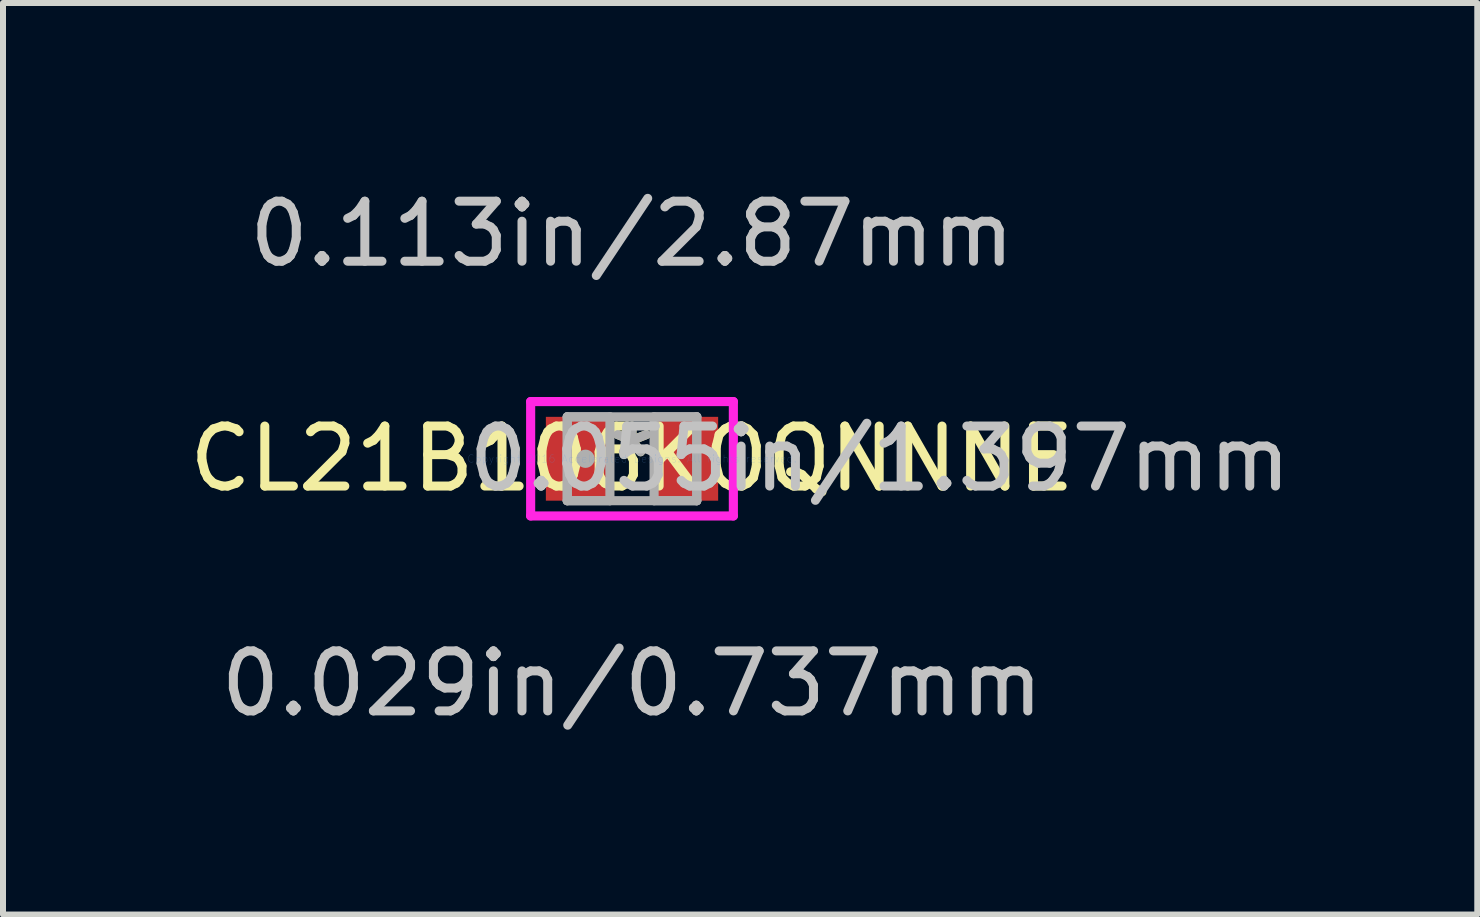
<source format=kicad_pcb>
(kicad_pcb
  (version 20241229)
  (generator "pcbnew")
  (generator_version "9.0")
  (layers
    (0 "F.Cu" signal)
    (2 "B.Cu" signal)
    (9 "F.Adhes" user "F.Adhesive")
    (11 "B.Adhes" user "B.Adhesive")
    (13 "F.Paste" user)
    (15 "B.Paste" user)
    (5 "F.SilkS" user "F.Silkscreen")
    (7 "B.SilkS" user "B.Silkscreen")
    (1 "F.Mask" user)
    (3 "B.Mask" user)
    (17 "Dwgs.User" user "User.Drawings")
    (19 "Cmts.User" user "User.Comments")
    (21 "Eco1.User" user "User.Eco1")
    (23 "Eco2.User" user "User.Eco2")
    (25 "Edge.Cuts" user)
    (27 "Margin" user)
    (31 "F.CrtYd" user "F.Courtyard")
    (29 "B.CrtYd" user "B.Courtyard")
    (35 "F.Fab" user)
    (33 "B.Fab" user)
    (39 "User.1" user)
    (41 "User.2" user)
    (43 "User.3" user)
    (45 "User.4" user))
  (footprint "CL21B106KOQNNNE"
    (layer "F.Cu")
    (at 7.482 4.595)
    (property "Reference" "CL21B106KOQNNNE" (at 0 0 0) (layer "F.SilkS") (effects (font (size 1 1) (thickness 0.15))))
    (attr through_hole)
    (fp_line (start -1.689 -0.953) (end 1.689 -0.953) (stroke (width 0.152) (type solid)) (layer "F.CrtYd"))
    (fp_line (start -1.689 0.953) (end -1.689 -0.953) (stroke (width 0.152) (type solid)) (layer "F.CrtYd"))
    (fp_line (start 1.689 -0.953) (end 1.689 0.953) (stroke (width 0.152) (type solid)) (layer "F.CrtYd"))
    (fp_line (start 1.689 0.953) (end -1.689 0.953) (stroke (width 0.152) (type solid)) (layer "F.CrtYd"))
    (fp_line (start -1.079 -0.699) (end -1.079 0.699) (stroke (width 0.152) (type solid)) (layer "F.Fab"))
    (fp_line (start -1.079 -0.699) (end -1.079 0.699) (stroke (width 0.152) (type solid)) (layer "F.Fab"))
    (fp_line (start -1.079 0.699) (end -0.368 0.699) (stroke (width 0.152) (type solid)) (layer "F.Fab"))
    (fp_line (start -1.079 0.699) (end 1.079 0.699) (stroke (width 0.152) (type solid)) (layer "F.Fab"))
    (fp_line (start -0.368 -0.699) (end -1.079 -0.699) (stroke (width 0.152) (type solid)) (layer "F.Fab"))
    (fp_line (start -0.368 0.699) (end -0.368 -0.699) (stroke (width 0.152) (type solid)) (layer "F.Fab"))
    (fp_line (start 0.368 -0.699) (end 0.368 0.699) (stroke (width 0.152) (type solid)) (layer "F.Fab"))
    (fp_line (start 0.368 0.699) (end 1.079 0.699) (stroke (width 0.152) (type solid)) (layer "F.Fab"))
    (fp_line (start 1.079 -0.699) (end -1.079 -0.699) (stroke (width 0.152) (type solid)) (layer "F.Fab"))
    (fp_line (start 1.079 -0.699) (end 0.368 -0.699) (stroke (width 0.152) (type solid)) (layer "F.Fab"))
    (fp_line (start 1.079 0.699) (end 1.079 -0.699) (stroke (width 0.152) (type solid)) (layer "F.Fab"))
    (fp_line (start 1.079 0.699) (end 1.079 -0.699) (stroke (width 0.152) (type solid)) (layer "F.Fab"))
    (fp_circle (center -0.775 0) (end -0.775 0) (stroke (width 0.152) (type solid)) (fill no) (layer "F.Fab"))
    (fp_text user "*" (at 0 0 0) (layer "F.SilkS") (effects (font (size 1 1) (thickness 0.15))))
    (fp_text user "0.113in/2.87mm" (at 0 -3.747 0) (layer "Dwgs.User") (effects (font (size 1 1) (thickness 0.15))))
    (fp_text user "0.055in/1.397mm" (at 4.128 0 0) (layer "Dwgs.User") (effects (font (size 1 1) (thickness 0.15))))
    (fp_text user "0.029in/0.737mm" (at 0 3.747 0) (layer "Dwgs.User") (effects (font (size 1 1) (thickness 0.15))))
    (fp_text user "Copyright 2016 Accelerated Designs. All rights reserved." (at 0 0 0) (layer "Cmts.User") (effects (font (size 0.127 0.127) (thickness 0.002))))
    (fp_text user "*" (at 0 0 0) (layer "F.Fab") (effects (font (size 1 1) (thickness 0.15))))
    (pad "1" smd rect (at -0.902 0) (size 1.067 1.397) (layers "F.Cu" "F.Mask" "F.Paste"))
    (pad "2" smd rect (at 0.902 0) (size 1.067 1.397) (layers "F.Cu" "F.Mask" "F.Paste")))
  (gr_rect
    (start -3 -3)
    (end 21.568 12.19)
    (stroke (width 0.1) (type default))
    (fill no)
    (layer "Edge.Cuts")))
</source>
